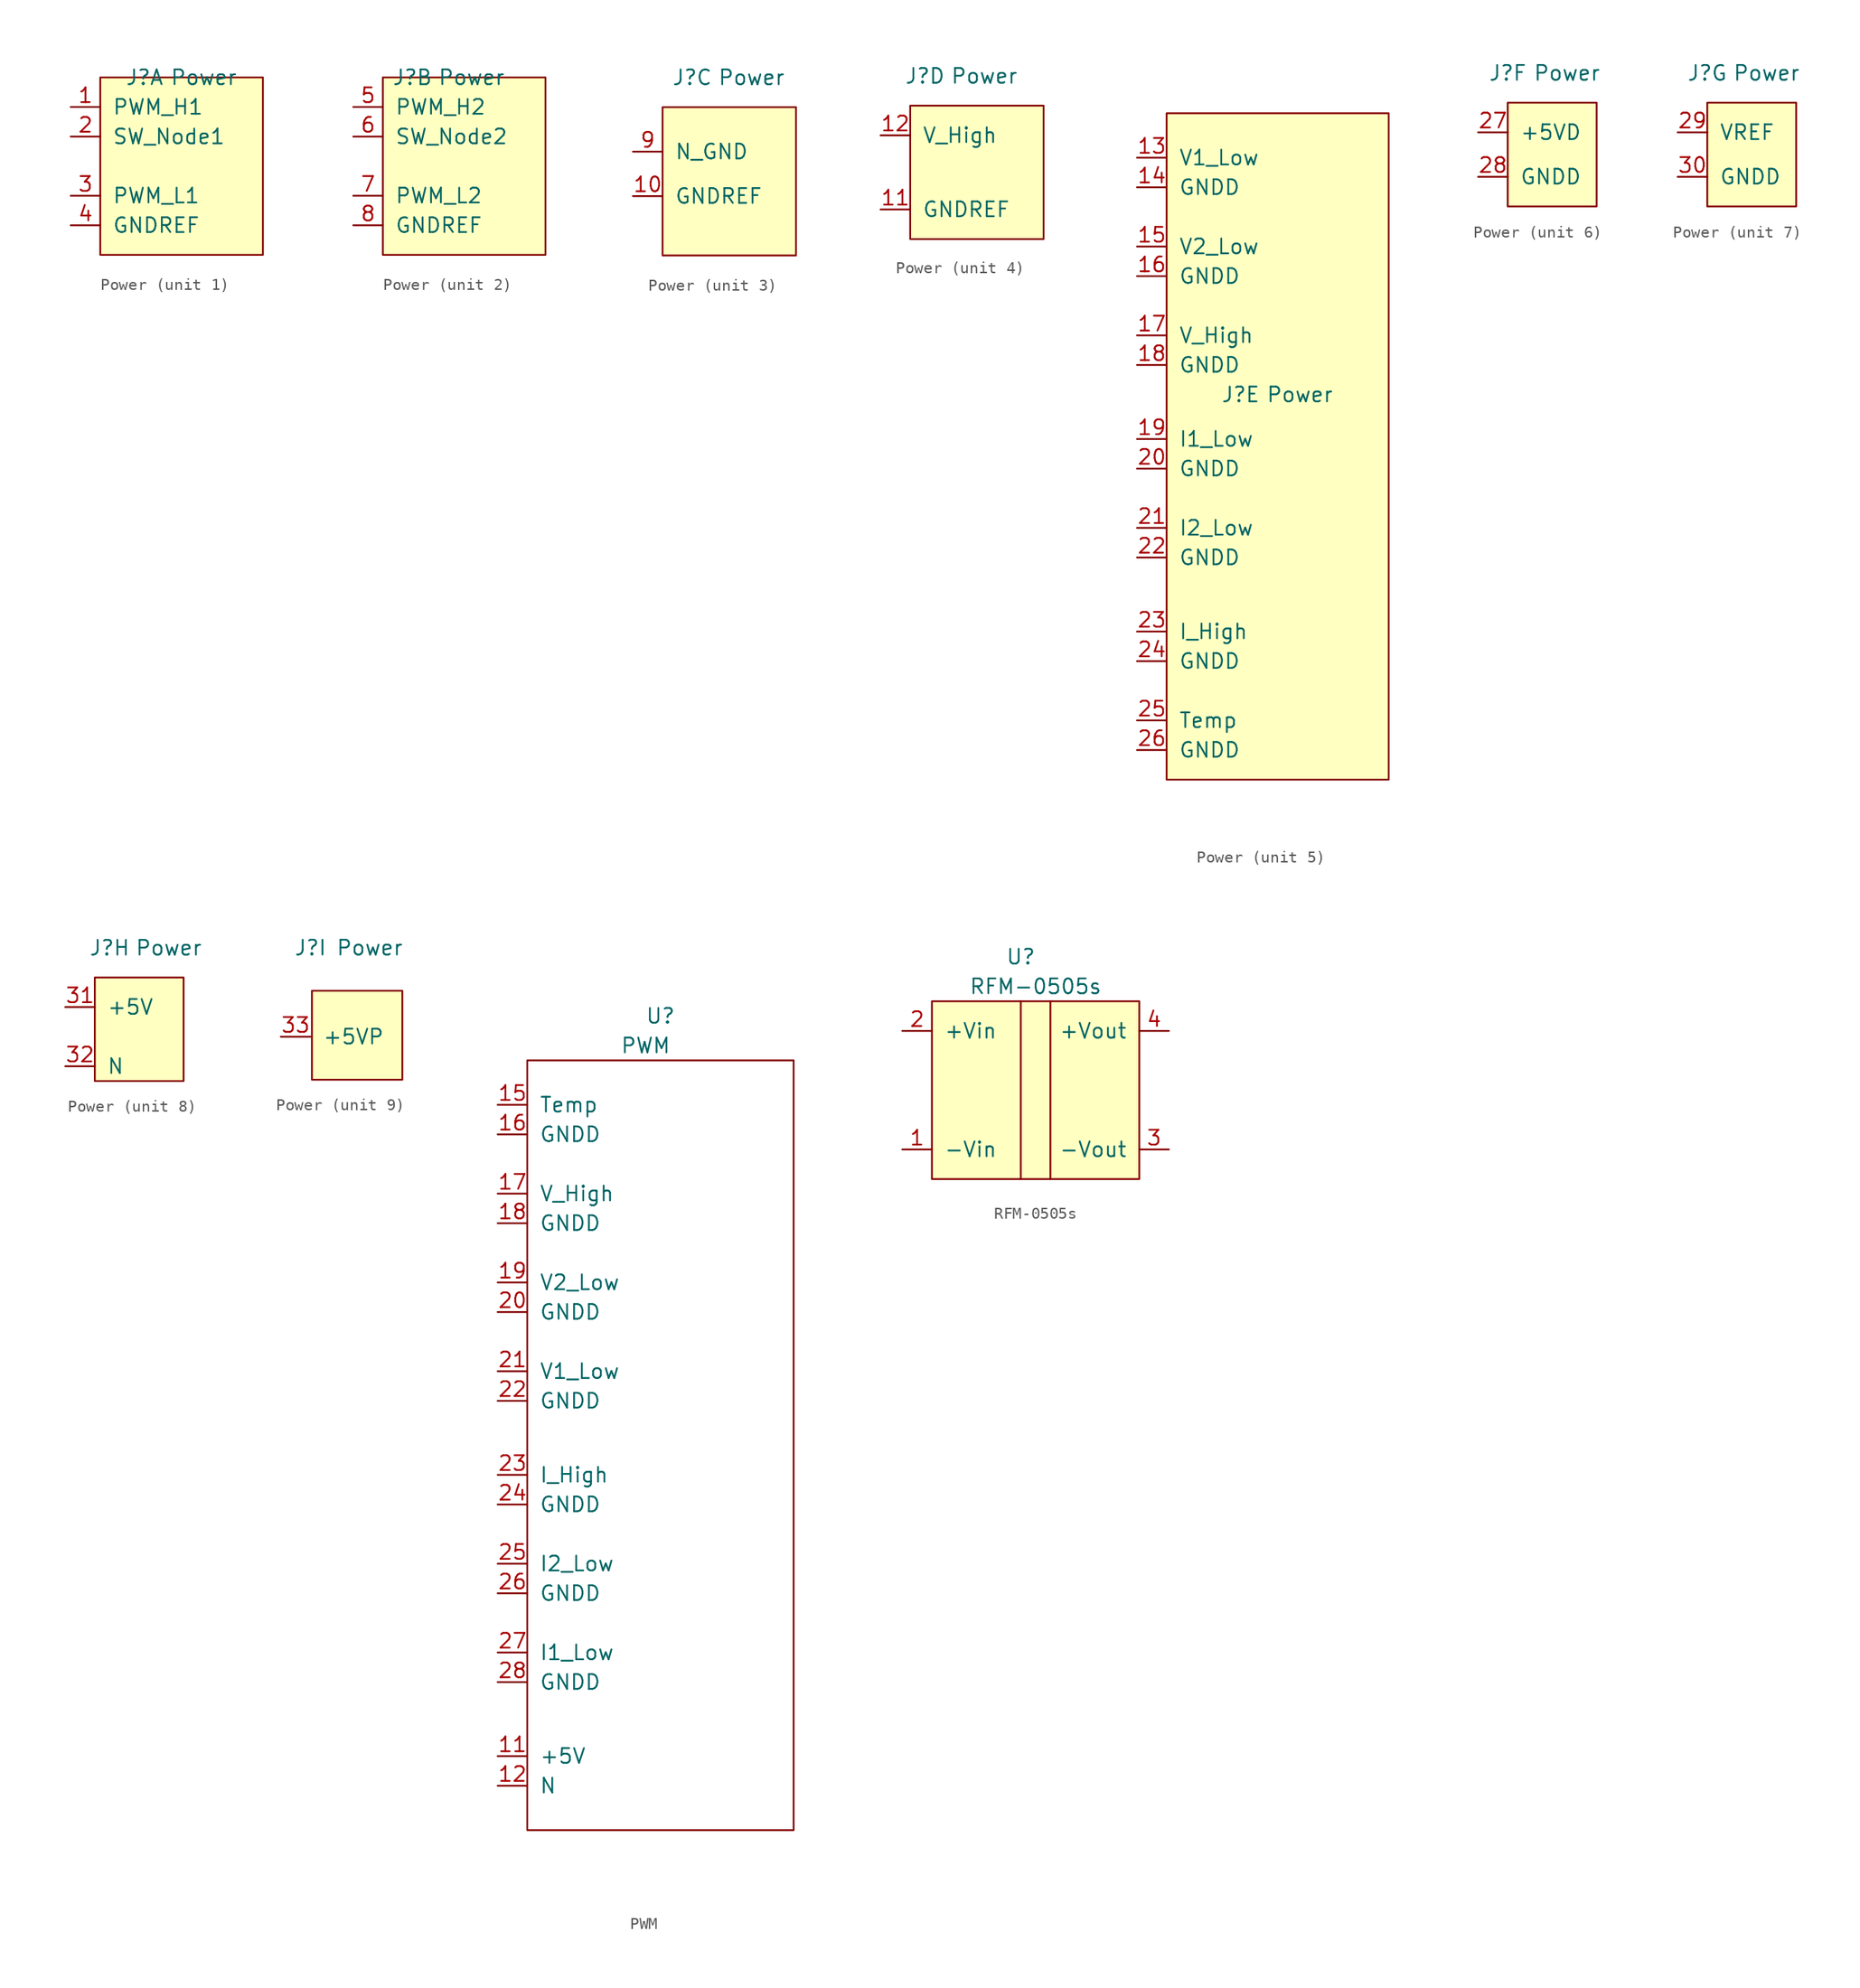
<source format=kicad_sym>
(kicad_symbol_lib
  (version 20211014)
  (generator kicad_symbol_editor)
  (symbol "Power"
    (pin_names
      (offset 1.016))
    (property "Reference" "J"
      (at -3.81 7.62 0)
      (effects (font (size 1.27 1.27))))
    (property "Value" "Power"
      (at 1.27 7.62 0)
      (effects (font (size 1.27 1.27))))
    (property "ki_locked" ""
      (at 0 0 0)
      (effects (font (size 1.27 1.27))))
    (symbol "Power_1_1"
      (rectangle (start -7.62 7.62) (end 6.35 -7.62) (stroke (width 0) (type default) (color 0 0 0 0)) (fill (type background)))
      (pin input line (at -10.16 5.08 0) (length 2.54) (name "PWM_H1" (effects (font (size 1.27 1.27)))) (number "1" (effects (font (size 1.27 1.27)))))
      (pin input line (at -10.16 2.54 0) (length 2.54) (name "SW_Node1" (effects (font (size 1.27 1.27)))) (number "2" (effects (font (size 1.27 1.27)))))
      (pin input line (at -10.16 -2.54 0) (length 2.54) (name "PWM_L1" (effects (font (size 1.27 1.27)))) (number "3" (effects (font (size 1.27 1.27)))))
      (pin input line (at -10.16 -5.08 0) (length 2.54) (name "GNDREF" (effects (font (size 1.27 1.27)))) (number "4" (effects (font (size 1.27 1.27))))))
    (symbol "Power_2_1"
      (rectangle (start -6.35 7.62) (end 7.62 -7.62) (stroke (width 0) (type default) (color 0 0 0 0)) (fill (type background)))
      (pin input line (at -8.89 5.08 0) (length 2.54) (name "PWM_H2" (effects (font (size 1.27 1.27)))) (number "5" (effects (font (size 1.27 1.27)))))
      (pin input line (at -8.89 2.54 0) (length 2.54) (name "SW_Node2" (effects (font (size 1.27 1.27)))) (number "6" (effects (font (size 1.27 1.27)))))
      (pin input line (at -8.89 -2.54 0) (length 2.54) (name "PWM_L2" (effects (font (size 1.27 1.27)))) (number "7" (effects (font (size 1.27 1.27)))))
      (pin input line (at -8.89 -5.08 0) (length 2.54) (name "GNDREF" (effects (font (size 1.27 1.27)))) (number "8" (effects (font (size 1.27 1.27))))))
    (symbol "Power_3_1"
      (rectangle (start -6.35 5.08) (end 5.08 -7.62) (stroke (width 0) (type default) (color 0 0 0 0)) (fill (type background)))
      (pin input line (at -8.89 -2.54 0) (length 2.54) (name "GNDREF" (effects (font (size 1.27 1.27)))) (number "10" (effects (font (size 1.27 1.27)))))
      (pin input line (at -8.89 1.27 0) (length 2.54) (name "N_GND" (effects (font (size 1.27 1.27)))) (number "9" (effects (font (size 1.27 1.27))))))
    (symbol "Power_4_1"
      (rectangle (start -5.08 5.08) (end 6.35 -6.35) (stroke (width 0) (type default) (color 0 0 0 0)) (fill (type background)))
      (pin input line (at -7.62 -3.81 0) (length 2.54) (name "GNDREF" (effects (font (size 1.27 1.27)))) (number "11" (effects (font (size 1.27 1.27)))))
      (pin input line (at -7.62 2.54 0) (length 2.54) (name "V_High" (effects (font (size 1.27 1.27)))) (number "12" (effects (font (size 1.27 1.27))))))
    (symbol "Power_5_1"
      (rectangle (start -10.16 31.75) (end 8.89 -25.4) (stroke (width 0) (type default) (color 0 0 0 0)) (fill (type background)))
      (pin input line (at -12.7 27.94 0) (length 2.54) (name "V1_Low" (effects (font (size 1.27 1.27)))) (number "13" (effects (font (size 1.27 1.27)))))
      (pin input line (at -12.7 25.4 0) (length 2.54) (name "GNDD" (effects (font (size 1.27 1.27)))) (number "14" (effects (font (size 1.27 1.27)))))
      (pin input line (at -12.7 20.32 0) (length 2.54) (name "V2_Low" (effects (font (size 1.27 1.27)))) (number "15" (effects (font (size 1.27 1.27)))))
      (pin input line (at -12.7 17.78 0) (length 2.54) (name "GNDD" (effects (font (size 1.27 1.27)))) (number "16" (effects (font (size 1.27 1.27)))))
      (pin input line (at -12.7 12.7 0) (length 2.54) (name "V_High" (effects (font (size 1.27 1.27)))) (number "17" (effects (font (size 1.27 1.27)))))
      (pin input line (at -12.7 10.16 0) (length 2.54) (name "GNDD" (effects (font (size 1.27 1.27)))) (number "18" (effects (font (size 1.27 1.27)))))
      (pin input line (at -12.7 3.81 0) (length 2.54) (name "I1_Low" (effects (font (size 1.27 1.27)))) (number "19" (effects (font (size 1.27 1.27)))))
      (pin input line (at -12.7 1.27 0) (length 2.54) (name "GNDD" (effects (font (size 1.27 1.27)))) (number "20" (effects (font (size 1.27 1.27)))))
      (pin input line (at -12.7 -3.81 0) (length 2.54) (name "I2_Low" (effects (font (size 1.27 1.27)))) (number "21" (effects (font (size 1.27 1.27)))))
      (pin input line (at -12.7 -6.35 0) (length 2.54) (name "GNDD" (effects (font (size 1.27 1.27)))) (number "22" (effects (font (size 1.27 1.27)))))
      (pin input line (at -12.7 -12.7 0) (length 2.54) (name "I_High" (effects (font (size 1.27 1.27)))) (number "23" (effects (font (size 1.27 1.27)))))
      (pin input line (at -12.7 -15.24 0) (length 2.54) (name "GNDD" (effects (font (size 1.27 1.27)))) (number "24" (effects (font (size 1.27 1.27)))))
      (pin input line (at -12.7 -20.32 0) (length 2.54) (name "Temp" (effects (font (size 1.27 1.27)))) (number "25" (effects (font (size 1.27 1.27)))))
      (pin input line (at -12.7 -22.86 0) (length 2.54) (name "GNDD" (effects (font (size 1.27 1.27)))) (number "26" (effects (font (size 1.27 1.27))))))
    (symbol "Power_6_1"
      (rectangle (start -3.81 5.08) (end 3.81 -3.81) (stroke (width 0) (type default) (color 0 0 0 0)) (fill (type background)))
      (pin output line (at -6.35 2.54 0) (length 2.54) (name "+5VD" (effects (font (size 1.27 1.27)))) (number "27" (effects (font (size 1.27 1.27)))))
      (pin output line (at -6.35 -1.27 0) (length 2.54) (name "GNDD" (effects (font (size 1.27 1.27)))) (number "28" (effects (font (size 1.27 1.27))))))
    (symbol "Power_7_1"
      (rectangle (start -3.81 5.08) (end 3.81 -3.81) (stroke (width 0) (type default) (color 0 0 0 0)) (fill (type background)))
      (pin output line (at -6.35 2.54 0) (length 2.54) (name "VREF" (effects (font (size 1.27 1.27)))) (number "29" (effects (font (size 1.27 1.27)))))
      (pin output line (at -6.35 -1.27 0) (length 2.54) (name "GNDD" (effects (font (size 1.27 1.27)))) (number "30" (effects (font (size 1.27 1.27))))))
    (symbol "Power_8_1"
      (rectangle (start -5.08 5.08) (end 2.54 -3.81) (stroke (width 0) (type default) (color 0 0 0 0)) (fill (type background)))
      (pin output line (at -7.62 2.54 0) (length 2.54) (name "+5V" (effects (font (size 1.27 1.27)))) (number "31" (effects (font (size 1.27 1.27)))))
      (pin output line (at -7.62 -2.54 0) (length 2.54) (name "N" (effects (font (size 1.27 1.27)))) (number "32" (effects (font (size 1.27 1.27))))))
    (symbol "Power_9_1"
      (rectangle (start -3.683 3.937) (end 4.064 -3.683) (stroke (width 0) (type default) (color 0 0 0 0)) (fill (type background)))
      (pin input line (at -6.35 0 0) (length 2.54) (name "+5VP" (effects (font (size 1.27 1.27)))) (number "33" (effects (font (size 1.27 1.27)))))))
  (symbol "PWM"
    (pin_names
      (offset 1.016))
    (property "Reference" "U"
      (at -5.08 35.56 0)
      (effects (font (size 1.27 1.27))))
    (property "Value" "PWM"
      (at -6.35 33.02 0)
      (effects (font (size 1.27 1.27))))
    (symbol "PWM_0_1"
      (rectangle (start -16.51 31.75) (end 6.35 -34.29) (stroke (width 0) (type default) (color 0 0 0 0)) (fill (type none))))
    (symbol "PWM_1_1"
      (pin output line (at -19.05 -27.94 0) (length 2.54) (name "+5V" (effects (font (size 1.27 1.27)))) (number "11" (effects (font (size 1.27 1.27)))))
      (pin output line (at -19.05 -30.48 0) (length 2.54) (name "N" (effects (font (size 1.27 1.27)))) (number "12" (effects (font (size 1.27 1.27)))))
      (pin input line (at -19.05 27.94 0) (length 2.54) (name "Temp" (effects (font (size 1.27 1.27)))) (number "15" (effects (font (size 1.27 1.27)))))
      (pin input line (at -19.05 25.4 0) (length 2.54) (name "GNDD" (effects (font (size 1.27 1.27)))) (number "16" (effects (font (size 1.27 1.27)))))
      (pin input line (at -19.05 20.32 0) (length 2.54) (name "V_High" (effects (font (size 1.27 1.27)))) (number "17" (effects (font (size 1.27 1.27)))))
      (pin input line (at -19.05 17.78 0) (length 2.54) (name "GNDD" (effects (font (size 1.27 1.27)))) (number "18" (effects (font (size 1.27 1.27)))))
      (pin input line (at -19.05 12.7 0) (length 2.54) (name "V2_Low" (effects (font (size 1.27 1.27)))) (number "19" (effects (font (size 1.27 1.27)))))
      (pin input line (at -19.05 10.16 0) (length 2.54) (name "GNDD" (effects (font (size 1.27 1.27)))) (number "20" (effects (font (size 1.27 1.27)))))
      (pin input line (at -19.05 5.08 0) (length 2.54) (name "V1_Low" (effects (font (size 1.27 1.27)))) (number "21" (effects (font (size 1.27 1.27)))))
      (pin input line (at -19.05 2.54 0) (length 2.54) (name "GNDD" (effects (font (size 1.27 1.27)))) (number "22" (effects (font (size 1.27 1.27)))))
      (pin input line (at -19.05 -3.81 0) (length 2.54) (name "I_High" (effects (font (size 1.27 1.27)))) (number "23" (effects (font (size 1.27 1.27)))))
      (pin input line (at -19.05 -6.35 0) (length 2.54) (name "GNDD" (effects (font (size 1.27 1.27)))) (number "24" (effects (font (size 1.27 1.27)))))
      (pin input line (at -19.05 -11.43 0) (length 2.54) (name "I2_Low" (effects (font (size 1.27 1.27)))) (number "25" (effects (font (size 1.27 1.27)))))
      (pin input line (at -19.05 -13.97 0) (length 2.54) (name "GNDD" (effects (font (size 1.27 1.27)))) (number "26" (effects (font (size 1.27 1.27)))))
      (pin input line (at -19.05 -19.05 0) (length 2.54) (name "I1_Low" (effects (font (size 1.27 1.27)))) (number "27" (effects (font (size 1.27 1.27)))))
      (pin input line (at -19.05 -21.59 0) (length 2.54) (name "GNDD" (effects (font (size 1.27 1.27)))) (number "28" (effects (font (size 1.27 1.27)))))))
  (symbol "RFM-0505s"
    (pin_names
      (offset 1.016))
    (property "Reference" "U"
      (at -1.27 11.43 0)
      (effects (font (size 1.27 1.27))))
    (property "Value" "RFM-0505s"
      (at 0 8.89 0)
      (effects (font (size 1.27 1.27))))
    (symbol "RFM-0505s_0_1"
      (rectangle (start -8.89 7.62) (end 8.89 -7.62) (stroke (width 0) (type default) (color 0 0 0 0)) (fill (type background)))
      (rectangle (start -1.27 7.62) (end -1.27 -7.62) (stroke (width 0) (type default) (color 0 0 0 0)) (fill (type none)))
      (rectangle (start 1.27 7.62) (end 1.27 -7.62) (stroke (width 0) (type default) (color 0 0 0 0)) (fill (type none))))
    (symbol "RFM-0505s_1_1"
      (pin input line (at -11.43 -5.08 0) (length 2.54) (name "-Vin" (effects (font (size 1.27 1.27)))) (number "1" (effects (font (size 1.27 1.27)))))
      (pin input line (at -11.43 5.08 0) (length 2.54) (name "+Vin" (effects (font (size 1.27 1.27)))) (number "2" (effects (font (size 1.27 1.27)))))
      (pin input line (at 11.43 -5.08 180) (length 2.54) (name "-Vout" (effects (font (size 1.27 1.27)))) (number "3" (effects (font (size 1.27 1.27)))))
      (pin input line (at 11.43 5.08 180) (length 2.54) (name "+Vout" (effects (font (size 1.27 1.27)))) (number "4" (effects (font (size 1.27 1.27))))))))
</source>
